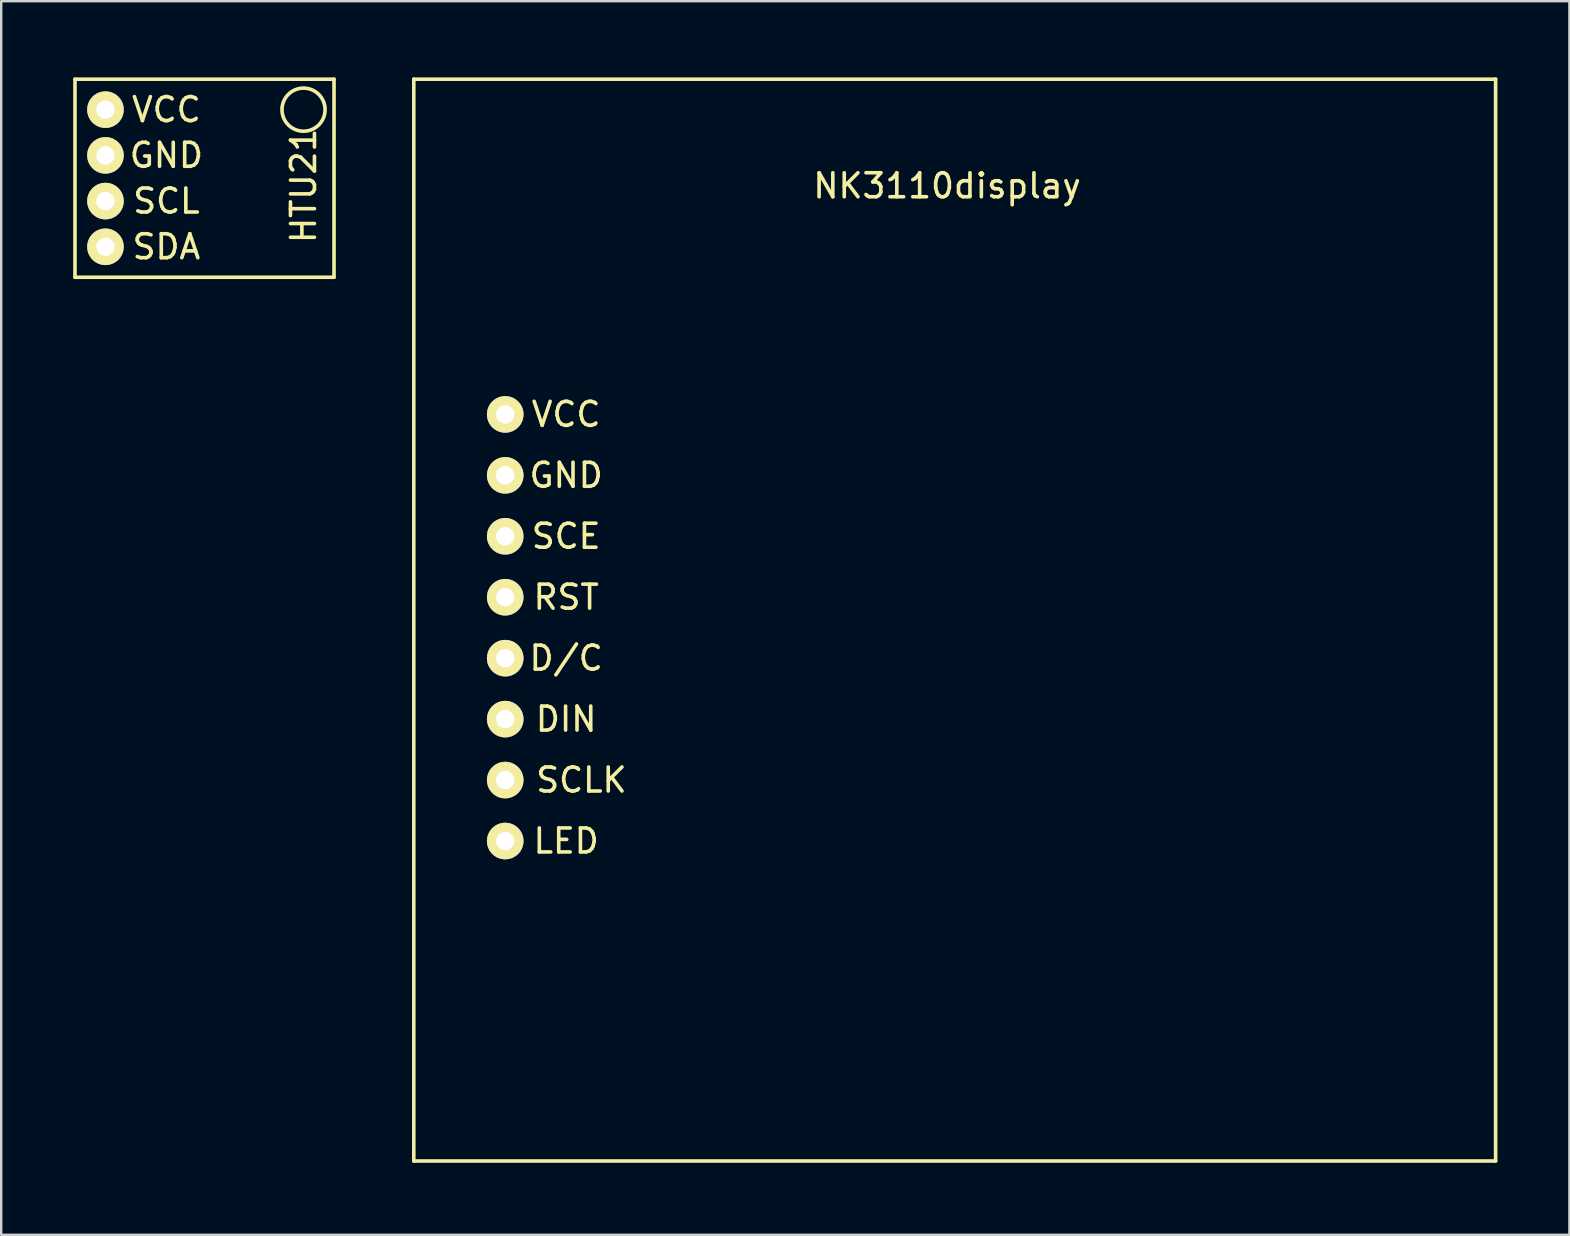
<source format=kicad_pcb>
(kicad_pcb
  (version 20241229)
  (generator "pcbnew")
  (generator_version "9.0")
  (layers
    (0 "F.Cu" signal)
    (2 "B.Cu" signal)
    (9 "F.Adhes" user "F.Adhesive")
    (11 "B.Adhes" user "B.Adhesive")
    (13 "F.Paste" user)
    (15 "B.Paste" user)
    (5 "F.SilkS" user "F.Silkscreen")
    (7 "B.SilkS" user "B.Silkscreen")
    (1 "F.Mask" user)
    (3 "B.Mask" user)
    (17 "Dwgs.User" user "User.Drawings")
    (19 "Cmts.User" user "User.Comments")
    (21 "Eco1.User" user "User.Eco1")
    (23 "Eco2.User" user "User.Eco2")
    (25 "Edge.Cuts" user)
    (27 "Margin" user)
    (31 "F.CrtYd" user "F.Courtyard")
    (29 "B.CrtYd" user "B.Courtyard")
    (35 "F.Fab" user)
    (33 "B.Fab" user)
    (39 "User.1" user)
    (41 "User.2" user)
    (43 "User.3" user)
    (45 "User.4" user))
  (footprint "NK3110display"
    (layer "F.Cu")
    (at 14.195 0.25)
    (property "Reference" "NK3110display" (at 22.225 4.445 0) (layer "F.SilkS") (effects (font (size 1 1) (thickness 0.15))))
    (attr through_hole)
    (fp_line (start 0 0) (end 45.085 0) (stroke (width 0.15) (type solid)) (layer "F.SilkS"))
    (fp_line (start 0 45.085) (end 0 0) (stroke (width 0.15) (type solid)) (layer "F.SilkS"))
    (fp_line (start 45.085 0) (end 45.085 45.085) (stroke (width 0.15) (type solid)) (layer "F.SilkS"))
    (fp_line (start 45.085 45.085) (end 0 45.085) (stroke (width 0.15) (type solid)) (layer "F.SilkS"))
    (fp_text user "D/C" (at 6.35 24.13 0) (layer "F.SilkS") (effects (font (size 1 1) (thickness 0.15))))
    (fp_text user "SCE" (at 6.35 19.05 0) (layer "F.SilkS") (effects (font (size 1 1) (thickness 0.15))))
    (fp_text user "RST" (at 6.35 21.59 0) (layer "F.SilkS") (effects (font (size 1 1) (thickness 0.15))))
    (fp_text user "VCC" (at 6.35 13.97 0) (layer "F.SilkS") (effects (font (size 1 1) (thickness 0.15))))
    (fp_text user "GND" (at 6.35 16.51 0) (layer "F.SilkS") (effects (font (size 1 1) (thickness 0.15))))
    (fp_text user "LED" (at 6.35 31.75 0) (layer "F.SilkS") (effects (font (size 1 1) (thickness 0.15))))
    (fp_text user "DIN" (at 6.35 26.67 0) (layer "F.SilkS") (effects (font (size 1 1) (thickness 0.15))))
    (fp_text user "SCLK" (at 6.985 29.21 0) (layer "F.SilkS") (effects (font (size 1 1) (thickness 0.15))))
    (pad "1" thru_hole circle (at 3.81 13.97) (size 1.524 1.524) (drill 0.762) (layers "*.Cu" "*.Mask" "F.SilkS"))
    (pad "2" thru_hole circle (at 3.81 16.51) (size 1.524 1.524) (drill 0.762) (layers "*.Cu" "*.Mask" "F.SilkS"))
    (pad "3" thru_hole circle (at 3.81 19.05) (size 1.524 1.524) (drill 0.762) (layers "*.Cu" "*.Mask" "F.SilkS"))
    (pad "4" thru_hole circle (at 3.81 21.59) (size 1.524 1.524) (drill 0.762) (layers "*.Cu" "*.Mask" "F.SilkS"))
    (pad "5" thru_hole circle (at 3.81 24.13) (size 1.524 1.524) (drill 0.762) (layers "*.Cu" "*.Mask" "F.SilkS"))
    (pad "6" thru_hole circle (at 3.81 26.67) (size 1.524 1.524) (drill 0.762) (layers "*.Cu" "*.Mask" "F.SilkS"))
    (pad "7" thru_hole circle (at 3.81 29.21) (size 1.524 1.524) (drill 0.762) (layers "*.Cu" "*.Mask" "F.SilkS"))
    (pad "8" thru_hole circle (at 3.81 31.75) (size 1.524 1.524) (drill 0.762) (layers "*.Cu" "*.Mask" "F.SilkS")))
  (footprint "HTU21"
    (layer "F.Cu")
    (at 1.345 0.25)
    (property "Reference" "HTU21" (at 8.255 4.445 90) (layer "F.SilkS") (effects (font (size 1 1) (thickness 0.15))))
    (attr through_hole)
    (fp_line (start -1.27 0) (end -1.27 8.255) (stroke (width 0.15) (type solid)) (layer "F.SilkS"))
    (fp_line (start -1.27 8.255) (end 9.525 8.255) (stroke (width 0.15) (type solid)) (layer "F.SilkS"))
    (fp_line (start 9.525 0) (end -1.27 0) (stroke (width 0.15) (type solid)) (layer "F.SilkS"))
    (fp_line (start 9.525 8.255) (end 9.525 0) (stroke (width 0.15) (type solid)) (layer "F.SilkS"))
    (fp_circle (center 8.255 1.27) (end 7.62 1.905) (stroke (width 0.15) (type solid)) (fill no) (layer "F.SilkS"))
    (fp_text user "GND" (at 2.54 3.175 0) (layer "F.SilkS") (effects (font (size 1 1) (thickness 0.15))))
    (fp_text user "SDA" (at 2.54 6.985 0) (layer "F.SilkS") (effects (font (size 1 1) (thickness 0.15))))
    (fp_text user "SCL" (at 2.54 5.08 0) (layer "F.SilkS") (effects (font (size 1 1) (thickness 0.15))))
    (fp_text user "VCC" (at 2.54 1.27 0) (layer "F.SilkS") (effects (font (size 1 1) (thickness 0.15))))
    (pad "1" thru_hole circle (at 0 1.27) (size 1.524 1.524) (drill 0.762) (layers "*.Cu" "*.Mask" "F.SilkS"))
    (pad "2" thru_hole circle (at 0 3.175) (size 1.524 1.524) (drill 0.762) (layers "*.Cu" "*.Mask" "F.SilkS"))
    (pad "3" thru_hole circle (at 0 5.08) (size 1.524 1.524) (drill 0.762) (layers "*.Cu" "*.Mask" "F.SilkS"))
    (pad "4" thru_hole circle (at 0 6.985) (size 1.524 1.524) (drill 0.762) (layers "*.Cu" "*.Mask" "F.SilkS")))
  (gr_rect
    (start -3 -3)
    (end 62.355 48.41)
    (stroke (width 0.1) (type default))
    (fill no)
    (layer "Edge.Cuts")))
</source>
